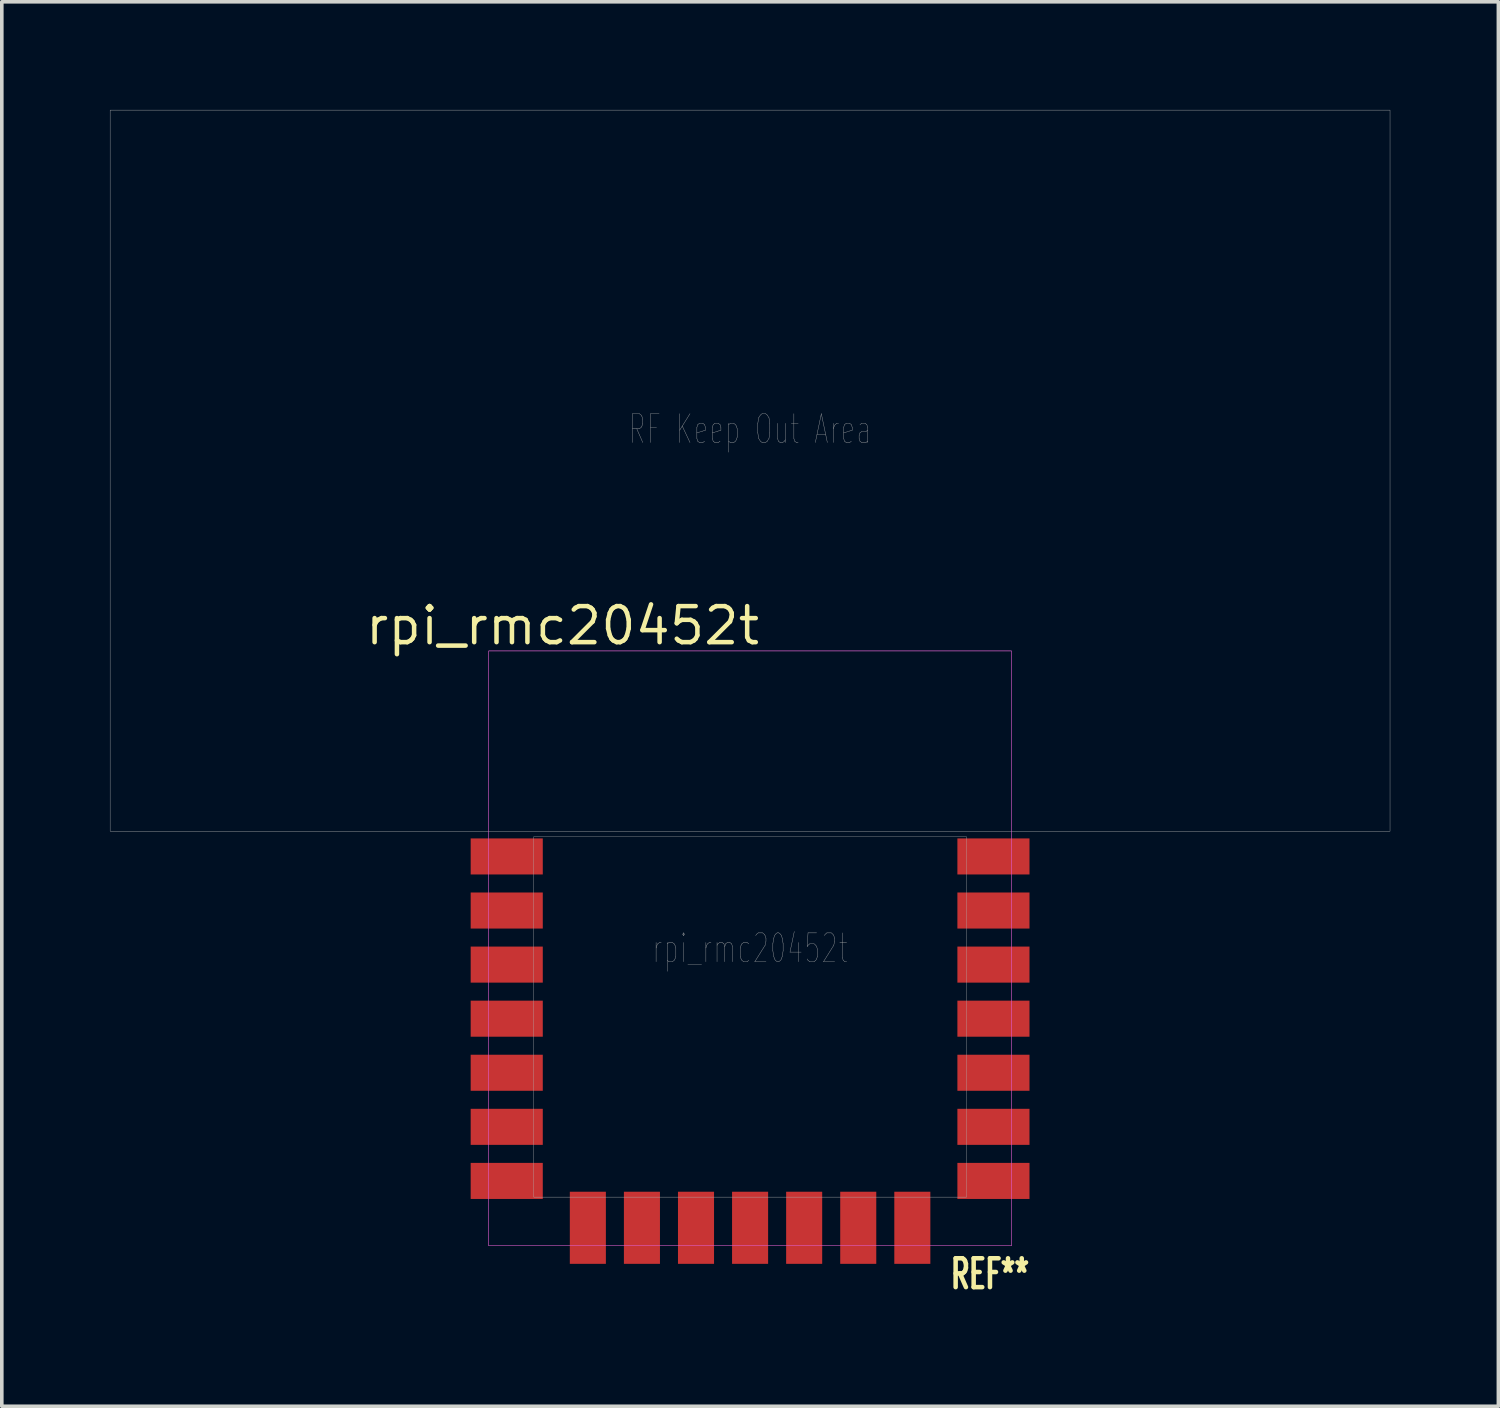
<source format=kicad_pcb>
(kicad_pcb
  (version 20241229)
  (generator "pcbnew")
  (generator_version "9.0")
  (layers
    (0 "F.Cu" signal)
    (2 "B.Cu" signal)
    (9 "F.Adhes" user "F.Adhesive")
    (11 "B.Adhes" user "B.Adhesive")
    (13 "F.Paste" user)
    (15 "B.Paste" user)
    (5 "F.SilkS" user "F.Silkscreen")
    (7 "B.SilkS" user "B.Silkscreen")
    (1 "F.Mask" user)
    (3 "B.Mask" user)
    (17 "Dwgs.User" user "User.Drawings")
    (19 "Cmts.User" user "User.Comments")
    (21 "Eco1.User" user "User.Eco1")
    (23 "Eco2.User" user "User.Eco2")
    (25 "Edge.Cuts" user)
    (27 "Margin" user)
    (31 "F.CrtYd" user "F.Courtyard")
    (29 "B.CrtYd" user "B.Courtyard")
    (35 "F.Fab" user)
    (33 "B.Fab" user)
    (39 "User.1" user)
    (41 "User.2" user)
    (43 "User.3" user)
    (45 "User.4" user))
  (footprint "rpi_rmc20452t"
    (layer "F.Cu")
    (at 17.755 23.255)
    (property "Reference" "rpi_rmc20452t" (at -5.2 -8.95 0) (unlocked yes) (layer "F.SilkS") (effects (font (size 1 1) (thickness 0.125) (bold yes))))
    (attr smd)
    (fp_rect (start -7.25 -8.25) (end 7.25 8.25) (stroke (width 0.01) (type default)) (fill no) (layer "F.CrtYd"))
    (fp_rect (start -17.75 -23.25) (end 17.75 -3.25) (stroke (width 0.01) (type default)) (fill no) (layer "F.Fab"))
    (fp_rect (start -7.25 -8.25) (end 7.25 8.25) (stroke (width 0.01) (type default)) (fill no) (layer "F.Fab"))
    (fp_poly (pts (xy -6 -3.1) (xy 6 -3.1) (xy 6 6.9) (xy -6 6.9)) (stroke (width 0.01) (type solid)) (fill no) (layer "F.Fab"))
    (fp_text user "REF**" (at 5.5 9.5 0) (unlocked yes) (layer "F.SilkS") (effects (font (size 0.8 0.5) (thickness 0.125) (bold yes)) (justify left bottom)))
    (fp_text user "RF Keep Out Area" (at 0 -14.4 0) (unlocked yes) (layer "F.Fab") (effects (font (size 0.8 0.5) (thickness 0.01) (bold yes))))
    (fp_text user "${REFERENCE}" (at 0 0 0) (unlocked yes) (layer "F.Fab") (effects (font (size 0.8 0.5) (thickness 0.01) (bold yes))))
    (pad "1" smd rect (at -6.75 -2.55) (size 2 1) (layers "F.Cu" "F.Mask" "F.Paste"))
    (pad "2" smd rect (at -6.75 -1.05) (size 2 1) (layers "F.Cu" "F.Mask" "F.Paste"))
    (pad "3" smd rect (at -6.75 0.45) (size 2 1) (layers "F.Cu" "F.Mask" "F.Paste"))
    (pad "4" smd rect (at -6.75 1.95) (size 2 1) (layers "F.Cu" "F.Mask" "F.Paste"))
    (pad "5" smd rect (at -6.75 3.45) (size 2 1) (layers "F.Cu" "F.Mask" "F.Paste"))
    (pad "6" smd rect (at -6.75 4.95) (size 2 1) (layers "F.Cu" "F.Mask" "F.Paste"))
    (pad "7" smd rect (at -6.75 6.45) (size 2 1) (layers "F.Cu" "F.Mask" "F.Paste"))
    (pad "8" smd rect (at -4.5 7.75 90) (size 2 1) (layers "F.Cu" "F.Mask" "F.Paste"))
    (pad "9" smd rect (at -3 7.75 90) (size 2 1) (layers "F.Cu" "F.Mask" "F.Paste"))
    (pad "10" smd rect (at -1.5 7.75 90) (size 2 1) (layers "F.Cu" "F.Mask" "F.Paste"))
    (pad "11" smd rect (at 0 7.75 90) (size 2 1) (layers "F.Cu" "F.Mask" "F.Paste"))
    (pad "12" smd rect (at 1.5 7.75 90) (size 2 1) (layers "F.Cu" "F.Mask" "F.Paste"))
    (pad "13" smd rect (at 3 7.75 90) (size 2 1) (layers "F.Cu" "F.Mask" "F.Paste"))
    (pad "14" smd rect (at 4.5 7.75 90) (size 2 1) (layers "F.Cu" "F.Mask" "F.Paste"))
    (pad "15" smd rect (at 6.75 6.45 180) (size 2 1) (layers "F.Cu" "F.Mask" "F.Paste"))
    (pad "16" smd rect (at 6.75 4.95 180) (size 2 1) (layers "F.Cu" "F.Mask" "F.Paste"))
    (pad "17" smd rect (at 6.75 3.45 180) (size 2 1) (layers "F.Cu" "F.Mask" "F.Paste"))
    (pad "18" smd rect (at 6.75 1.95 180) (size 2 1) (layers "F.Cu" "F.Mask" "F.Paste"))
    (pad "19" smd rect (at 6.75 0.45 180) (size 2 1) (layers "F.Cu" "F.Mask" "F.Paste"))
    (pad "20" smd rect (at 6.75 -1.05 180) (size 2 1) (layers "F.Cu" "F.Mask" "F.Paste"))
    (pad "21" smd rect (at 6.75 -2.55 180) (size 2 1) (layers "F.Cu" "F.Mask" "F.Paste")))
  (gr_rect
    (start -3 -3)
    (end 38.51 35.955)
    (stroke (width 0.1) (type default))
    (fill no)
    (layer "Edge.Cuts")))
</source>
